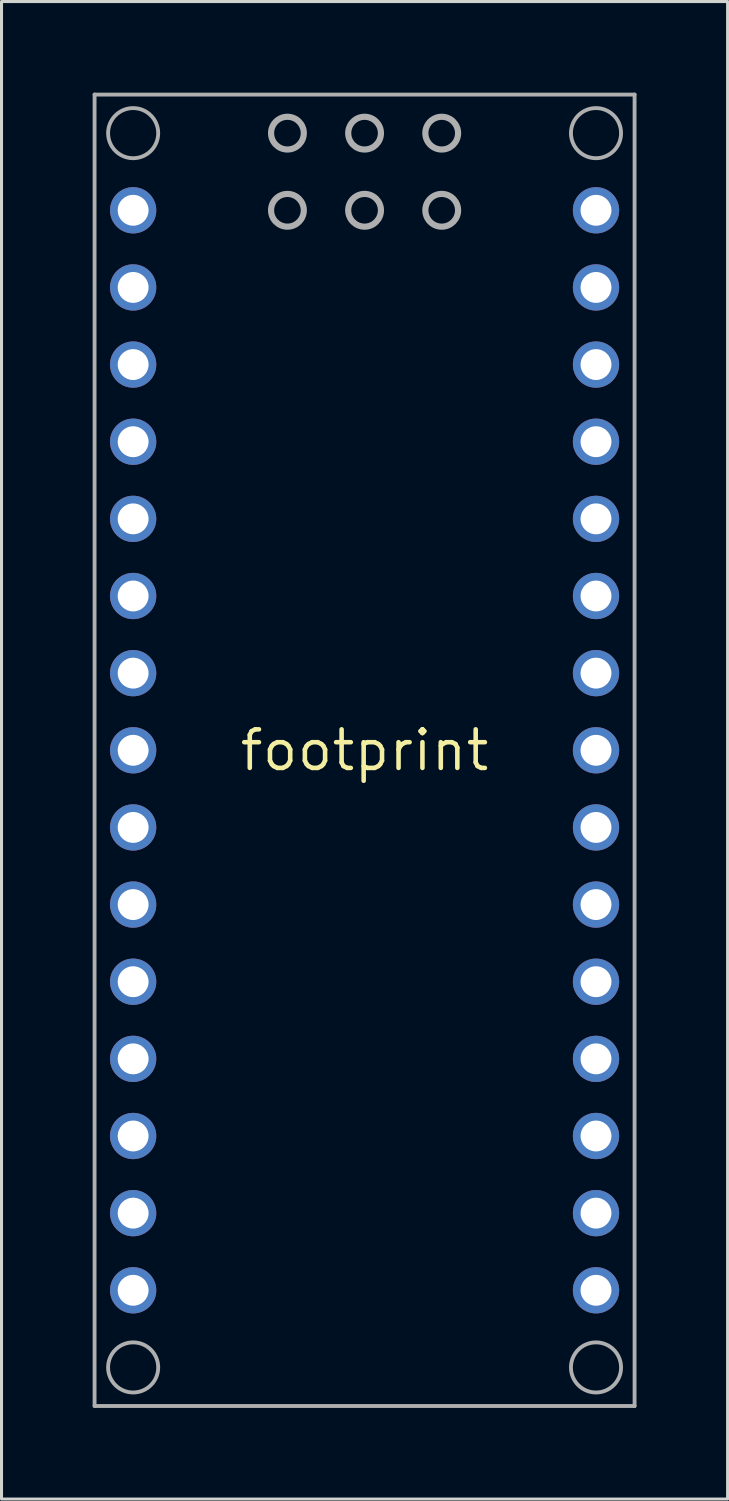
<source format=kicad_pcb>
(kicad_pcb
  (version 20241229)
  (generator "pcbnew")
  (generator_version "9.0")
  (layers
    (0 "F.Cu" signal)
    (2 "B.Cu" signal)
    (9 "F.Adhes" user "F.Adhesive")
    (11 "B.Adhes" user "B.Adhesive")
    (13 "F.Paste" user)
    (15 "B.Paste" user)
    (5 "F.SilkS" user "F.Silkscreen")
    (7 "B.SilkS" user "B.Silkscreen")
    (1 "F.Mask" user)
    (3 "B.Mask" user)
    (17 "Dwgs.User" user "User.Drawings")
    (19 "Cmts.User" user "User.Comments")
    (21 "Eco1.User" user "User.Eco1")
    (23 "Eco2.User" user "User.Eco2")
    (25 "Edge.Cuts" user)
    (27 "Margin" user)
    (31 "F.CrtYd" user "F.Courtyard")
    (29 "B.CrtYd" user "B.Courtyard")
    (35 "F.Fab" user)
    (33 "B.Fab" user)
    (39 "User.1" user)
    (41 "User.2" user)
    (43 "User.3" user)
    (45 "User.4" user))
  (footprint "footprint"
    (layer "F.Cu")
    (at 8.954 21.654)
    (property "Reference" "footprint" (at 0 0 0) (layer "F.SilkS") (effects (font (size 1.27 1.27) (thickness 0.15))))
    (fp_line (start -8.89 -21.59) (end 8.89 -21.59) (stroke (width 0.127) (type solid)) (layer "F.Fab"))
    (fp_line (start -8.89 21.59) (end -8.89 -21.59) (stroke (width 0.127) (type solid)) (layer "F.Fab"))
    (fp_line (start 8.89 -21.59) (end 8.89 21.59) (stroke (width 0.127) (type solid)) (layer "F.Fab"))
    (fp_line (start 8.89 21.59) (end -8.89 21.59) (stroke (width 0.127) (type solid)) (layer "F.Fab"))
    (fp_circle (center -7.62 -20.32) (end -6.795 -20.32) (stroke (width 0.127) (type solid)) (fill no) (layer "F.Fab"))
    (fp_circle (center -7.62 20.32) (end -6.795 20.32) (stroke (width 0.127) (type solid)) (fill no) (layer "F.Fab"))
    (fp_circle (center -2.54 -20.32) (end -2.001 -20.32) (stroke (width 0.203) (type solid)) (fill no) (layer "F.Fab"))
    (fp_circle (center -2.54 -17.78) (end -2.001 -17.78) (stroke (width 0.203) (type solid)) (fill no) (layer "F.Fab"))
    (fp_circle (center 0 -20.32) (end 0.539 -20.32) (stroke (width 0.203) (type solid)) (fill no) (layer "F.Fab"))
    (fp_circle (center 0 -17.78) (end 0.539 -17.78) (stroke (width 0.203) (type solid)) (fill no) (layer "F.Fab"))
    (fp_circle (center 2.54 -20.32) (end 3.079 -20.32) (stroke (width 0.203) (type solid)) (fill no) (layer "F.Fab"))
    (fp_circle (center 2.54 -17.78) (end 3.079 -17.78) (stroke (width 0.203) (type solid)) (fill no) (layer "F.Fab"))
    (fp_circle (center 7.62 -20.32) (end 8.445 -20.32) (stroke (width 0.127) (type solid)) (fill no) (layer "F.Fab"))
    (fp_circle (center 7.62 20.32) (end 8.445 20.32) (stroke (width 0.127) (type solid)) (fill no) (layer "F.Fab"))
    (pad "1" thru_hole circle (at -7.62 -17.78) (size 1.524 1.524) (drill 1.016) (layers "*.Cu" "*.Mask"))
    (pad "2" thru_hole circle (at -7.62 -15.24) (size 1.524 1.524) (drill 1.016) (layers "*.Cu" "*.Mask"))
    (pad "3" thru_hole circle (at -7.62 -12.7) (size 1.524 1.524) (drill 1.016) (layers "*.Cu" "*.Mask"))
    (pad "4" thru_hole circle (at -7.62 -10.16) (size 1.524 1.524) (drill 1.016) (layers "*.Cu" "*.Mask"))
    (pad "5" thru_hole circle (at -7.62 -7.62) (size 1.524 1.524) (drill 1.016) (layers "*.Cu" "*.Mask"))
    (pad "6" thru_hole circle (at -7.62 -5.08) (size 1.524 1.524) (drill 1.016) (layers "*.Cu" "*.Mask"))
    (pad "7" thru_hole circle (at -7.62 -2.54) (size 1.524 1.524) (drill 1.016) (layers "*.Cu" "*.Mask"))
    (pad "8" thru_hole circle (at -7.62 0) (size 1.524 1.524) (drill 1.016) (layers "*.Cu" "*.Mask"))
    (pad "9" thru_hole circle (at -7.62 2.54) (size 1.524 1.524) (drill 1.016) (layers "*.Cu" "*.Mask"))
    (pad "10" thru_hole circle (at -7.62 5.08) (size 1.524 1.524) (drill 1.016) (layers "*.Cu" "*.Mask"))
    (pad "11" thru_hole circle (at -7.62 7.62) (size 1.524 1.524) (drill 1.016) (layers "*.Cu" "*.Mask"))
    (pad "12" thru_hole circle (at -7.62 10.16) (size 1.524 1.524) (drill 1.016) (layers "*.Cu" "*.Mask"))
    (pad "13" thru_hole circle (at -7.62 12.7) (size 1.524 1.524) (drill 1.016) (layers "*.Cu" "*.Mask"))
    (pad "14" thru_hole circle (at -7.62 15.24) (size 1.524 1.524) (drill 1.016) (layers "*.Cu" "*.Mask"))
    (pad "15" thru_hole circle (at -7.62 17.78) (size 1.524 1.524) (drill 1.016) (layers "*.Cu" "*.Mask"))
    (pad "16" thru_hole circle (at 7.62 17.78 180) (size 1.524 1.524) (drill 1.016) (layers "*.Cu" "*.Mask"))
    (pad "17" thru_hole circle (at 7.62 15.24 180) (size 1.524 1.524) (drill 1.016) (layers "*.Cu" "*.Mask"))
    (pad "18" thru_hole circle (at 7.62 12.7 180) (size 1.524 1.524) (drill 1.016) (layers "*.Cu" "*.Mask"))
    (pad "19" thru_hole circle (at 7.62 10.16 180) (size 1.524 1.524) (drill 1.016) (layers "*.Cu" "*.Mask"))
    (pad "20" thru_hole circle (at 7.62 7.62 180) (size 1.524 1.524) (drill 1.016) (layers "*.Cu" "*.Mask"))
    (pad "21" thru_hole circle (at 7.62 5.08 180) (size 1.524 1.524) (drill 1.016) (layers "*.Cu" "*.Mask"))
    (pad "22" thru_hole circle (at 7.62 2.54 180) (size 1.524 1.524) (drill 1.016) (layers "*.Cu" "*.Mask"))
    (pad "23" thru_hole circle (at 7.62 0 180) (size 1.524 1.524) (drill 1.016) (layers "*.Cu" "*.Mask"))
    (pad "24" thru_hole circle (at 7.62 -2.54 180) (size 1.524 1.524) (drill 1.016) (layers "*.Cu" "*.Mask"))
    (pad "25" thru_hole circle (at 7.62 -5.08 180) (size 1.524 1.524) (drill 1.016) (layers "*.Cu" "*.Mask"))
    (pad "26" thru_hole circle (at 7.62 -7.62 180) (size 1.524 1.524) (drill 1.016) (layers "*.Cu" "*.Mask"))
    (pad "27" thru_hole circle (at 7.62 -10.16 180) (size 1.524 1.524) (drill 1.016) (layers "*.Cu" "*.Mask"))
    (pad "28" thru_hole circle (at 7.62 -12.7 180) (size 1.524 1.524) (drill 1.016) (layers "*.Cu" "*.Mask"))
    (pad "29" thru_hole circle (at 7.62 -15.24 180) (size 1.524 1.524) (drill 1.016) (layers "*.Cu" "*.Mask"))
    (pad "30" thru_hole circle (at 7.62 -17.78 180) (size 1.524 1.524) (drill 1.016) (layers "*.Cu" "*.Mask")))
  (gr_rect
    (start -3 -3)
    (end 20.907 46.307)
    (stroke (width 0.1) (type default))
    (fill no)
    (layer "Edge.Cuts")))
</source>
